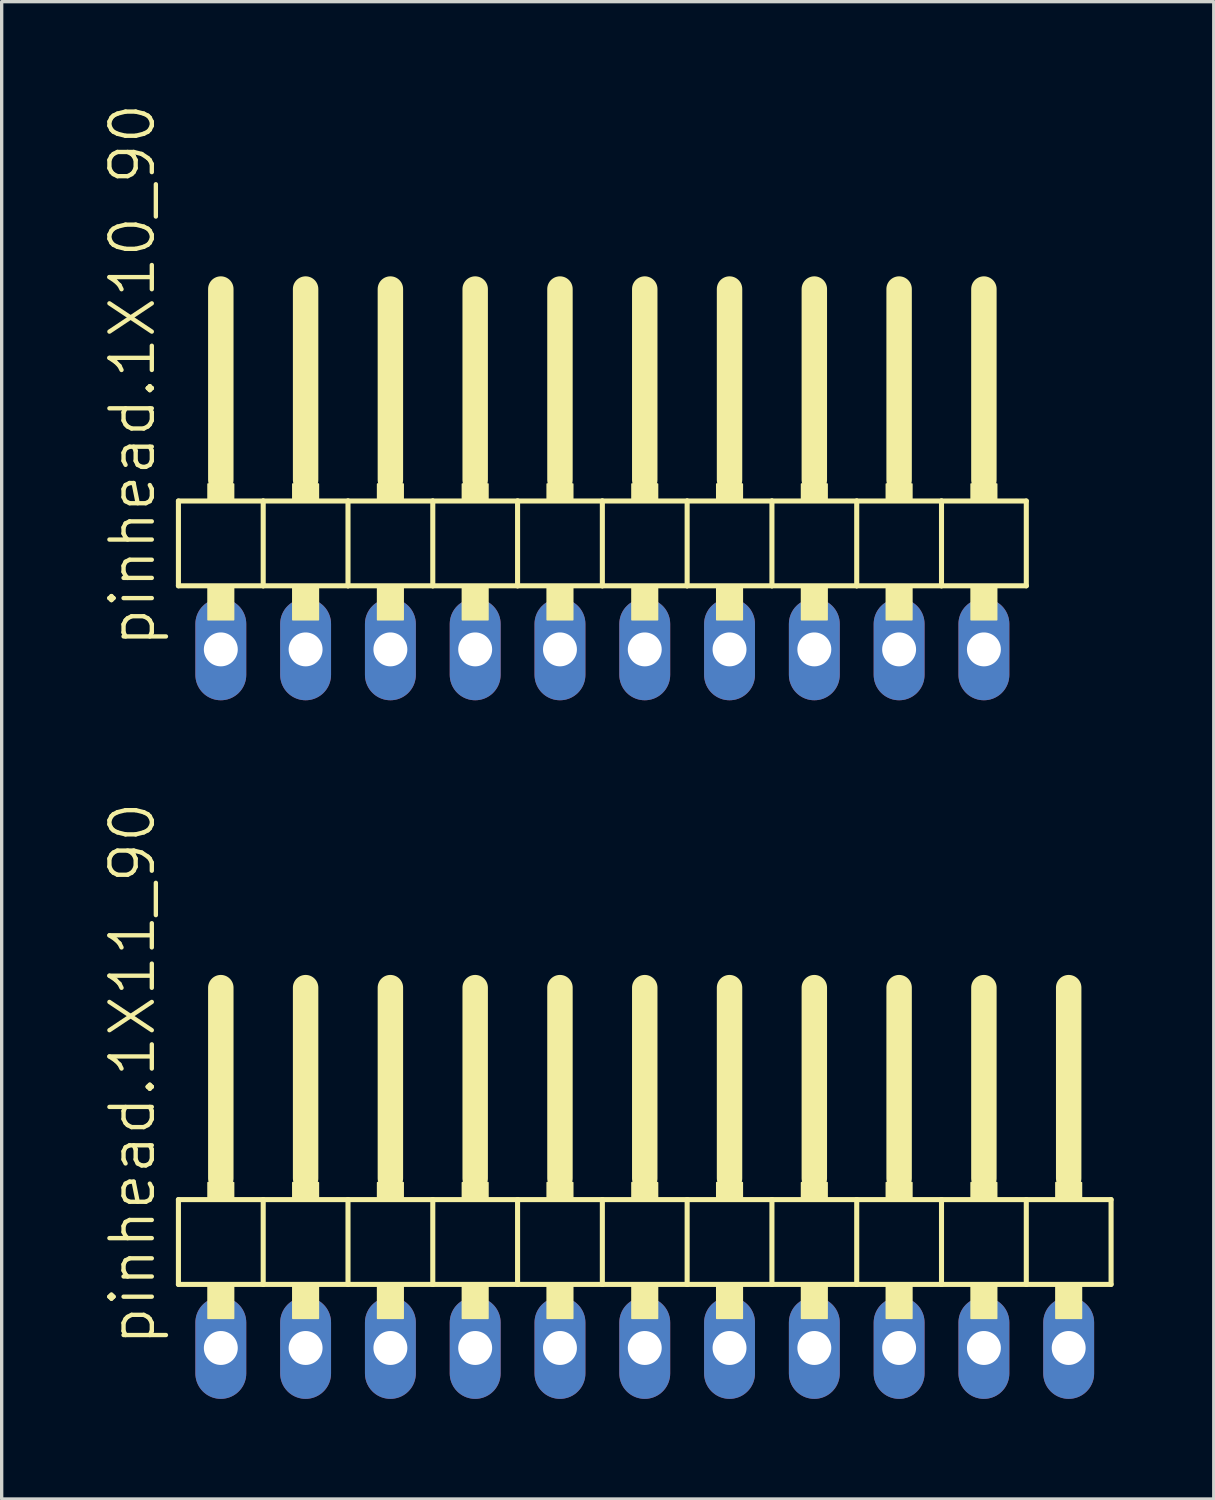
<source format=kicad_pcb>
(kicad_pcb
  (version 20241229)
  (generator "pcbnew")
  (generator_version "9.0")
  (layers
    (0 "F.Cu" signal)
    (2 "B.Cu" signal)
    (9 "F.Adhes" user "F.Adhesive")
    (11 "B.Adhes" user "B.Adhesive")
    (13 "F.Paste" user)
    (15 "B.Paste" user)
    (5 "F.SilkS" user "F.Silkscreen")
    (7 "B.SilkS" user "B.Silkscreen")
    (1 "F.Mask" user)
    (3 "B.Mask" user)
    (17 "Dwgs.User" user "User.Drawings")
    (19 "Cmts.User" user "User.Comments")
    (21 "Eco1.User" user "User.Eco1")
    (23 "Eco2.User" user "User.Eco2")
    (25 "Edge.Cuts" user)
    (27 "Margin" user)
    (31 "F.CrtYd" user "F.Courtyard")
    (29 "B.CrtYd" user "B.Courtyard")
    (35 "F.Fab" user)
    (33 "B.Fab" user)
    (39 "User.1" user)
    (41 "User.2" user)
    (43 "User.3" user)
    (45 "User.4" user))
  (footprint "pinhead.1X11_90"
    (layer "F.Cu")
    (at 16.265 33.522)
    (property "Reference" "pinhead.1X11_90" (at -14.605 3.81 90) (layer "F.SilkS") (effects (font (size 1.27 1.27) (thickness 0.13)) (justify left bottom)))
    (attr through_hole)
    (fp_line (start -13.97 -0.635) (end -13.97 1.905) (stroke (width 0.152) (type default)) (layer "F.SilkS"))
    (fp_line (start -13.97 1.905) (end -11.43 1.905) (stroke (width 0.152) (type default)) (layer "F.SilkS"))
    (fp_line (start -12.7 -6.985) (end -12.7 -1.27) (stroke (width 0.762) (type default)) (layer "F.SilkS"))
    (fp_line (start -11.43 -0.635) (end -13.97 -0.635) (stroke (width 0.152) (type default)) (layer "F.SilkS"))
    (fp_line (start -11.43 1.905) (end -11.43 -0.635) (stroke (width 0.152) (type default)) (layer "F.SilkS"))
    (fp_line (start -11.43 1.905) (end -8.89 1.905) (stroke (width 0.152) (type default)) (layer "F.SilkS"))
    (fp_line (start -10.16 -6.985) (end -10.16 -1.27) (stroke (width 0.762) (type default)) (layer "F.SilkS"))
    (fp_line (start -8.89 -0.635) (end -11.43 -0.635) (stroke (width 0.152) (type default)) (layer "F.SilkS"))
    (fp_line (start -8.89 1.905) (end -8.89 -0.635) (stroke (width 0.152) (type default)) (layer "F.SilkS"))
    (fp_line (start -8.89 1.905) (end -6.35 1.905) (stroke (width 0.152) (type default)) (layer "F.SilkS"))
    (fp_line (start -7.62 -6.985) (end -7.62 -1.27) (stroke (width 0.762) (type default)) (layer "F.SilkS"))
    (fp_line (start -6.35 -0.635) (end -8.89 -0.635) (stroke (width 0.152) (type default)) (layer "F.SilkS"))
    (fp_line (start -6.35 1.905) (end -6.35 -0.635) (stroke (width 0.152) (type default)) (layer "F.SilkS"))
    (fp_line (start -6.35 1.905) (end -3.81 1.905) (stroke (width 0.152) (type default)) (layer "F.SilkS"))
    (fp_line (start -5.08 -6.985) (end -5.08 -1.27) (stroke (width 0.762) (type default)) (layer "F.SilkS"))
    (fp_line (start -3.81 -0.635) (end -6.35 -0.635) (stroke (width 0.152) (type default)) (layer "F.SilkS"))
    (fp_line (start -3.81 1.905) (end -3.81 -0.635) (stroke (width 0.152) (type default)) (layer "F.SilkS"))
    (fp_line (start -3.81 1.905) (end -1.27 1.905) (stroke (width 0.152) (type default)) (layer "F.SilkS"))
    (fp_line (start -2.54 -6.985) (end -2.54 -1.27) (stroke (width 0.762) (type default)) (layer "F.SilkS"))
    (fp_line (start -1.27 -0.635) (end -3.81 -0.635) (stroke (width 0.152) (type default)) (layer "F.SilkS"))
    (fp_line (start -1.27 1.905) (end -1.27 -0.635) (stroke (width 0.152) (type default)) (layer "F.SilkS"))
    (fp_line (start -1.27 1.905) (end 1.27 1.905) (stroke (width 0.152) (type default)) (layer "F.SilkS"))
    (fp_line (start 0 -6.985) (end 0 -1.27) (stroke (width 0.762) (type default)) (layer "F.SilkS"))
    (fp_line (start 1.27 -0.635) (end -1.27 -0.635) (stroke (width 0.152) (type default)) (layer "F.SilkS"))
    (fp_line (start 1.27 1.905) (end 1.27 -0.635) (stroke (width 0.152) (type default)) (layer "F.SilkS"))
    (fp_line (start 1.27 1.905) (end 3.81 1.905) (stroke (width 0.152) (type default)) (layer "F.SilkS"))
    (fp_line (start 2.54 -6.985) (end 2.54 -1.27) (stroke (width 0.762) (type default)) (layer "F.SilkS"))
    (fp_line (start 3.81 -0.635) (end 1.27 -0.635) (stroke (width 0.152) (type default)) (layer "F.SilkS"))
    (fp_line (start 3.81 1.905) (end 3.81 -0.635) (stroke (width 0.152) (type default)) (layer "F.SilkS"))
    (fp_line (start 3.81 1.905) (end 6.35 1.905) (stroke (width 0.152) (type default)) (layer "F.SilkS"))
    (fp_line (start 5.08 -6.985) (end 5.08 -1.27) (stroke (width 0.762) (type default)) (layer "F.SilkS"))
    (fp_line (start 6.35 -0.635) (end 3.81 -0.635) (stroke (width 0.152) (type default)) (layer "F.SilkS"))
    (fp_line (start 6.35 1.905) (end 6.35 -0.635) (stroke (width 0.152) (type default)) (layer "F.SilkS"))
    (fp_line (start 6.35 1.905) (end 8.89 1.905) (stroke (width 0.152) (type default)) (layer "F.SilkS"))
    (fp_line (start 7.62 -6.985) (end 7.62 -1.27) (stroke (width 0.762) (type default)) (layer "F.SilkS"))
    (fp_line (start 8.89 -0.635) (end 6.35 -0.635) (stroke (width 0.152) (type default)) (layer "F.SilkS"))
    (fp_line (start 8.89 1.905) (end 8.89 -0.635) (stroke (width 0.152) (type default)) (layer "F.SilkS"))
    (fp_line (start 8.89 1.905) (end 11.43 1.905) (stroke (width 0.152) (type default)) (layer "F.SilkS"))
    (fp_line (start 10.16 -6.985) (end 10.16 -1.27) (stroke (width 0.762) (type default)) (layer "F.SilkS"))
    (fp_line (start 11.43 -0.635) (end 8.89 -0.635) (stroke (width 0.152) (type default)) (layer "F.SilkS"))
    (fp_line (start 11.43 1.905) (end 11.43 -0.635) (stroke (width 0.152) (type default)) (layer "F.SilkS"))
    (fp_line (start 11.43 1.905) (end 13.97 1.905) (stroke (width 0.152) (type default)) (layer "F.SilkS"))
    (fp_line (start 12.7 -6.985) (end 12.7 -1.27) (stroke (width 0.762) (type default)) (layer "F.SilkS"))
    (fp_line (start 13.97 -0.635) (end 11.43 -0.635) (stroke (width 0.152) (type default)) (layer "F.SilkS"))
    (fp_line (start 13.97 1.905) (end 13.97 -0.635) (stroke (width 0.152) (type default)) (layer "F.SilkS"))
    (fp_rect (start -13.081 -0.635) (end -12.319 -1.143) (stroke (width 0.05) (type default)) (fill yes) (layer "F.SilkS"))
    (fp_rect (start -13.081 2.921) (end -12.319 1.905) (stroke (width 0.05) (type default)) (fill yes) (layer "F.SilkS"))
    (fp_rect (start -10.541 -0.635) (end -9.779 -1.143) (stroke (width 0.05) (type default)) (fill yes) (layer "F.SilkS"))
    (fp_rect (start -10.541 2.921) (end -9.779 1.905) (stroke (width 0.05) (type default)) (fill yes) (layer "F.SilkS"))
    (fp_rect (start -8.001 -0.635) (end -7.239 -1.143) (stroke (width 0.05) (type default)) (fill yes) (layer "F.SilkS"))
    (fp_rect (start -8.001 2.921) (end -7.239 1.905) (stroke (width 0.05) (type default)) (fill yes) (layer "F.SilkS"))
    (fp_rect (start -5.461 -0.635) (end -4.699 -1.143) (stroke (width 0.05) (type default)) (fill yes) (layer "F.SilkS"))
    (fp_rect (start -5.461 2.921) (end -4.699 1.905) (stroke (width 0.05) (type default)) (fill yes) (layer "F.SilkS"))
    (fp_rect (start -2.921 -0.635) (end -2.159 -1.143) (stroke (width 0.05) (type default)) (fill yes) (layer "F.SilkS"))
    (fp_rect (start -2.921 2.921) (end -2.159 1.905) (stroke (width 0.05) (type default)) (fill yes) (layer "F.SilkS"))
    (fp_rect (start -0.381 -0.635) (end 0.381 -1.143) (stroke (width 0.05) (type default)) (fill yes) (layer "F.SilkS"))
    (fp_rect (start -0.381 2.921) (end 0.381 1.905) (stroke (width 0.05) (type default)) (fill yes) (layer "F.SilkS"))
    (fp_rect (start 2.159 -0.635) (end 2.921 -1.143) (stroke (width 0.05) (type default)) (fill yes) (layer "F.SilkS"))
    (fp_rect (start 2.159 2.921) (end 2.921 1.905) (stroke (width 0.05) (type default)) (fill yes) (layer "F.SilkS"))
    (fp_rect (start 4.699 -0.635) (end 5.461 -1.143) (stroke (width 0.05) (type default)) (fill yes) (layer "F.SilkS"))
    (fp_rect (start 4.699 2.921) (end 5.461 1.905) (stroke (width 0.05) (type default)) (fill yes) (layer "F.SilkS"))
    (fp_rect (start 7.239 -0.635) (end 8.001 -1.143) (stroke (width 0.05) (type default)) (fill yes) (layer "F.SilkS"))
    (fp_rect (start 7.239 2.921) (end 8.001 1.905) (stroke (width 0.05) (type default)) (fill yes) (layer "F.SilkS"))
    (fp_rect (start 9.779 -0.635) (end 10.541 -1.143) (stroke (width 0.05) (type default)) (fill yes) (layer "F.SilkS"))
    (fp_rect (start 9.779 2.921) (end 10.541 1.905) (stroke (width 0.05) (type default)) (fill yes) (layer "F.SilkS"))
    (fp_rect (start 12.319 -0.635) (end 13.081 -1.143) (stroke (width 0.05) (type default)) (fill yes) (layer "F.SilkS"))
    (fp_rect (start 12.319 2.921) (end 13.081 1.905) (stroke (width 0.05) (type default)) (fill yes) (layer "F.SilkS"))
    (pad "1" thru_hole oval (at -12.7 3.81 90) (size 3.048 1.524) (drill 1.016) (layers "*.Cu" "*.Mask"))
    (pad "2" thru_hole oval (at -10.16 3.81 90) (size 3.048 1.524) (drill 1.016) (layers "*.Cu" "*.Mask"))
    (pad "3" thru_hole oval (at -7.62 3.81 90) (size 3.048 1.524) (drill 1.016) (layers "*.Cu" "*.Mask"))
    (pad "4" thru_hole oval (at -5.08 3.81 90) (size 3.048 1.524) (drill 1.016) (layers "*.Cu" "*.Mask"))
    (pad "5" thru_hole oval (at -2.54 3.81 90) (size 3.048 1.524) (drill 1.016) (layers "*.Cu" "*.Mask"))
    (pad "6" thru_hole oval (at 0 3.81 90) (size 3.048 1.524) (drill 1.016) (layers "*.Cu" "*.Mask"))
    (pad "7" thru_hole oval (at 2.54 3.81 90) (size 3.048 1.524) (drill 1.016) (layers "*.Cu" "*.Mask"))
    (pad "8" thru_hole oval (at 5.08 3.81 90) (size 3.048 1.524) (drill 1.016) (layers "*.Cu" "*.Mask"))
    (pad "9" thru_hole oval (at 7.62 3.81 90) (size 3.048 1.524) (drill 1.016) (layers "*.Cu" "*.Mask"))
    (pad "10" thru_hole oval (at 10.16 3.81 90) (size 3.048 1.524) (drill 1.016) (layers "*.Cu" "*.Mask"))
    (pad "11" thru_hole oval (at 12.7 3.81 90) (size 3.048 1.524) (drill 1.016) (layers "*.Cu" "*.Mask")))
  (footprint "pinhead.1X10_90"
    (layer "F.Cu")
    (at 14.995 12.594)
    (property "Reference" "pinhead.1X10_90" (at -13.335 3.81 90) (layer "F.SilkS") (effects (font (size 1.27 1.27) (thickness 0.13)) (justify left bottom)))
    (attr through_hole)
    (fp_line (start -12.7 -0.635) (end -12.7 1.905) (stroke (width 0.152) (type default)) (layer "F.SilkS"))
    (fp_line (start -12.7 1.905) (end -10.16 1.905) (stroke (width 0.152) (type default)) (layer "F.SilkS"))
    (fp_line (start -11.43 -6.985) (end -11.43 -1.27) (stroke (width 0.762) (type default)) (layer "F.SilkS"))
    (fp_line (start -10.16 -0.635) (end -12.7 -0.635) (stroke (width 0.152) (type default)) (layer "F.SilkS"))
    (fp_line (start -10.16 1.905) (end -10.16 -0.635) (stroke (width 0.152) (type default)) (layer "F.SilkS"))
    (fp_line (start -10.16 1.905) (end -7.62 1.905) (stroke (width 0.152) (type default)) (layer "F.SilkS"))
    (fp_line (start -8.89 -6.985) (end -8.89 -1.27) (stroke (width 0.762) (type default)) (layer "F.SilkS"))
    (fp_line (start -7.62 -0.635) (end -10.16 -0.635) (stroke (width 0.152) (type default)) (layer "F.SilkS"))
    (fp_line (start -7.62 1.905) (end -7.62 -0.635) (stroke (width 0.152) (type default)) (layer "F.SilkS"))
    (fp_line (start -7.62 1.905) (end -5.08 1.905) (stroke (width 0.152) (type default)) (layer "F.SilkS"))
    (fp_line (start -6.35 -6.985) (end -6.35 -1.27) (stroke (width 0.762) (type default)) (layer "F.SilkS"))
    (fp_line (start -5.08 -0.635) (end -7.62 -0.635) (stroke (width 0.152) (type default)) (layer "F.SilkS"))
    (fp_line (start -5.08 1.905) (end -5.08 -0.635) (stroke (width 0.152) (type default)) (layer "F.SilkS"))
    (fp_line (start -5.08 1.905) (end -2.54 1.905) (stroke (width 0.152) (type default)) (layer "F.SilkS"))
    (fp_line (start -3.81 -6.985) (end -3.81 -1.27) (stroke (width 0.762) (type default)) (layer "F.SilkS"))
    (fp_line (start -2.54 -0.635) (end -5.08 -0.635) (stroke (width 0.152) (type default)) (layer "F.SilkS"))
    (fp_line (start -2.54 1.905) (end -2.54 -0.635) (stroke (width 0.152) (type default)) (layer "F.SilkS"))
    (fp_line (start -2.54 1.905) (end 0 1.905) (stroke (width 0.152) (type default)) (layer "F.SilkS"))
    (fp_line (start -1.27 -6.985) (end -1.27 -1.27) (stroke (width 0.762) (type default)) (layer "F.SilkS"))
    (fp_line (start 0 -0.635) (end -2.54 -0.635) (stroke (width 0.152) (type default)) (layer "F.SilkS"))
    (fp_line (start 0 1.905) (end 0 -0.635) (stroke (width 0.152) (type default)) (layer "F.SilkS"))
    (fp_line (start 0 1.905) (end 2.54 1.905) (stroke (width 0.152) (type default)) (layer "F.SilkS"))
    (fp_line (start 1.27 -6.985) (end 1.27 -1.27) (stroke (width 0.762) (type default)) (layer "F.SilkS"))
    (fp_line (start 2.54 -0.635) (end 0 -0.635) (stroke (width 0.152) (type default)) (layer "F.SilkS"))
    (fp_line (start 2.54 1.905) (end 2.54 -0.635) (stroke (width 0.152) (type default)) (layer "F.SilkS"))
    (fp_line (start 2.54 1.905) (end 5.08 1.905) (stroke (width 0.152) (type default)) (layer "F.SilkS"))
    (fp_line (start 3.81 -6.985) (end 3.81 -1.27) (stroke (width 0.762) (type default)) (layer "F.SilkS"))
    (fp_line (start 5.08 -0.635) (end 2.54 -0.635) (stroke (width 0.152) (type default)) (layer "F.SilkS"))
    (fp_line (start 5.08 1.905) (end 5.08 -0.635) (stroke (width 0.152) (type default)) (layer "F.SilkS"))
    (fp_line (start 5.08 1.905) (end 7.62 1.905) (stroke (width 0.152) (type default)) (layer "F.SilkS"))
    (fp_line (start 6.35 -6.985) (end 6.35 -1.27) (stroke (width 0.762) (type default)) (layer "F.SilkS"))
    (fp_line (start 7.62 -0.635) (end 5.08 -0.635) (stroke (width 0.152) (type default)) (layer "F.SilkS"))
    (fp_line (start 7.62 1.905) (end 7.62 -0.635) (stroke (width 0.152) (type default)) (layer "F.SilkS"))
    (fp_line (start 7.62 1.905) (end 10.16 1.905) (stroke (width 0.152) (type default)) (layer "F.SilkS"))
    (fp_line (start 8.89 -6.985) (end 8.89 -1.27) (stroke (width 0.762) (type default)) (layer "F.SilkS"))
    (fp_line (start 10.16 -0.635) (end 7.62 -0.635) (stroke (width 0.152) (type default)) (layer "F.SilkS"))
    (fp_line (start 10.16 1.905) (end 10.16 -0.635) (stroke (width 0.152) (type default)) (layer "F.SilkS"))
    (fp_line (start 10.16 1.905) (end 12.7 1.905) (stroke (width 0.152) (type default)) (layer "F.SilkS"))
    (fp_line (start 11.43 -6.985) (end 11.43 -1.27) (stroke (width 0.762) (type default)) (layer "F.SilkS"))
    (fp_line (start 12.7 -0.635) (end 10.16 -0.635) (stroke (width 0.152) (type default)) (layer "F.SilkS"))
    (fp_line (start 12.7 1.905) (end 12.7 -0.635) (stroke (width 0.152) (type default)) (layer "F.SilkS"))
    (fp_rect (start -11.811 -0.635) (end -11.049 -1.143) (stroke (width 0.05) (type default)) (fill yes) (layer "F.SilkS"))
    (fp_rect (start -11.811 2.921) (end -11.049 1.905) (stroke (width 0.05) (type default)) (fill yes) (layer "F.SilkS"))
    (fp_rect (start -9.271 -0.635) (end -8.509 -1.143) (stroke (width 0.05) (type default)) (fill yes) (layer "F.SilkS"))
    (fp_rect (start -9.271 2.921) (end -8.509 1.905) (stroke (width 0.05) (type default)) (fill yes) (layer "F.SilkS"))
    (fp_rect (start -6.731 -0.635) (end -5.969 -1.143) (stroke (width 0.05) (type default)) (fill yes) (layer "F.SilkS"))
    (fp_rect (start -6.731 2.921) (end -5.969 1.905) (stroke (width 0.05) (type default)) (fill yes) (layer "F.SilkS"))
    (fp_rect (start -4.191 -0.635) (end -3.429 -1.143) (stroke (width 0.05) (type default)) (fill yes) (layer "F.SilkS"))
    (fp_rect (start -4.191 2.921) (end -3.429 1.905) (stroke (width 0.05) (type default)) (fill yes) (layer "F.SilkS"))
    (fp_rect (start -1.651 -0.635) (end -0.889 -1.143) (stroke (width 0.05) (type default)) (fill yes) (layer "F.SilkS"))
    (fp_rect (start -1.651 2.921) (end -0.889 1.905) (stroke (width 0.05) (type default)) (fill yes) (layer "F.SilkS"))
    (fp_rect (start 0.889 -0.635) (end 1.651 -1.143) (stroke (width 0.05) (type default)) (fill yes) (layer "F.SilkS"))
    (fp_rect (start 0.889 2.921) (end 1.651 1.905) (stroke (width 0.05) (type default)) (fill yes) (layer "F.SilkS"))
    (fp_rect (start 3.429 -0.635) (end 4.191 -1.143) (stroke (width 0.05) (type default)) (fill yes) (layer "F.SilkS"))
    (fp_rect (start 3.429 2.921) (end 4.191 1.905) (stroke (width 0.05) (type default)) (fill yes) (layer "F.SilkS"))
    (fp_rect (start 5.969 -0.635) (end 6.731 -1.143) (stroke (width 0.05) (type default)) (fill yes) (layer "F.SilkS"))
    (fp_rect (start 5.969 2.921) (end 6.731 1.905) (stroke (width 0.05) (type default)) (fill yes) (layer "F.SilkS"))
    (fp_rect (start 8.509 -0.635) (end 9.271 -1.143) (stroke (width 0.05) (type default)) (fill yes) (layer "F.SilkS"))
    (fp_rect (start 8.509 2.921) (end 9.271 1.905) (stroke (width 0.05) (type default)) (fill yes) (layer "F.SilkS"))
    (fp_rect (start 11.049 -0.635) (end 11.811 -1.143) (stroke (width 0.05) (type default)) (fill yes) (layer "F.SilkS"))
    (fp_rect (start 11.049 2.921) (end 11.811 1.905) (stroke (width 0.05) (type default)) (fill yes) (layer "F.SilkS"))
    (pad "1" thru_hole oval (at -11.43 3.81 90) (size 3.048 1.524) (drill 1.016) (layers "*.Cu" "*.Mask"))
    (pad "2" thru_hole oval (at -8.89 3.81 90) (size 3.048 1.524) (drill 1.016) (layers "*.Cu" "*.Mask"))
    (pad "3" thru_hole oval (at -6.35 3.81 90) (size 3.048 1.524) (drill 1.016) (layers "*.Cu" "*.Mask"))
    (pad "4" thru_hole oval (at -3.81 3.81 90) (size 3.048 1.524) (drill 1.016) (layers "*.Cu" "*.Mask"))
    (pad "5" thru_hole oval (at -1.27 3.81 90) (size 3.048 1.524) (drill 1.016) (layers "*.Cu" "*.Mask"))
    (pad "6" thru_hole oval (at 1.27 3.81 90) (size 3.048 1.524) (drill 1.016) (layers "*.Cu" "*.Mask"))
    (pad "7" thru_hole oval (at 3.81 3.81 90) (size 3.048 1.524) (drill 1.016) (layers "*.Cu" "*.Mask"))
    (pad "8" thru_hole oval (at 6.35 3.81 90) (size 3.048 1.524) (drill 1.016) (layers "*.Cu" "*.Mask"))
    (pad "9" thru_hole oval (at 8.89 3.81 90) (size 3.048 1.524) (drill 1.016) (layers "*.Cu" "*.Mask"))
    (pad "10" thru_hole oval (at 11.43 3.81 90) (size 3.048 1.524) (drill 1.016) (layers "*.Cu" "*.Mask")))
  (gr_rect
    (start -3 -3)
    (end 33.311 41.856)
    (stroke (width 0.1) (type default))
    (fill no)
    (layer "Edge.Cuts")))
</source>
